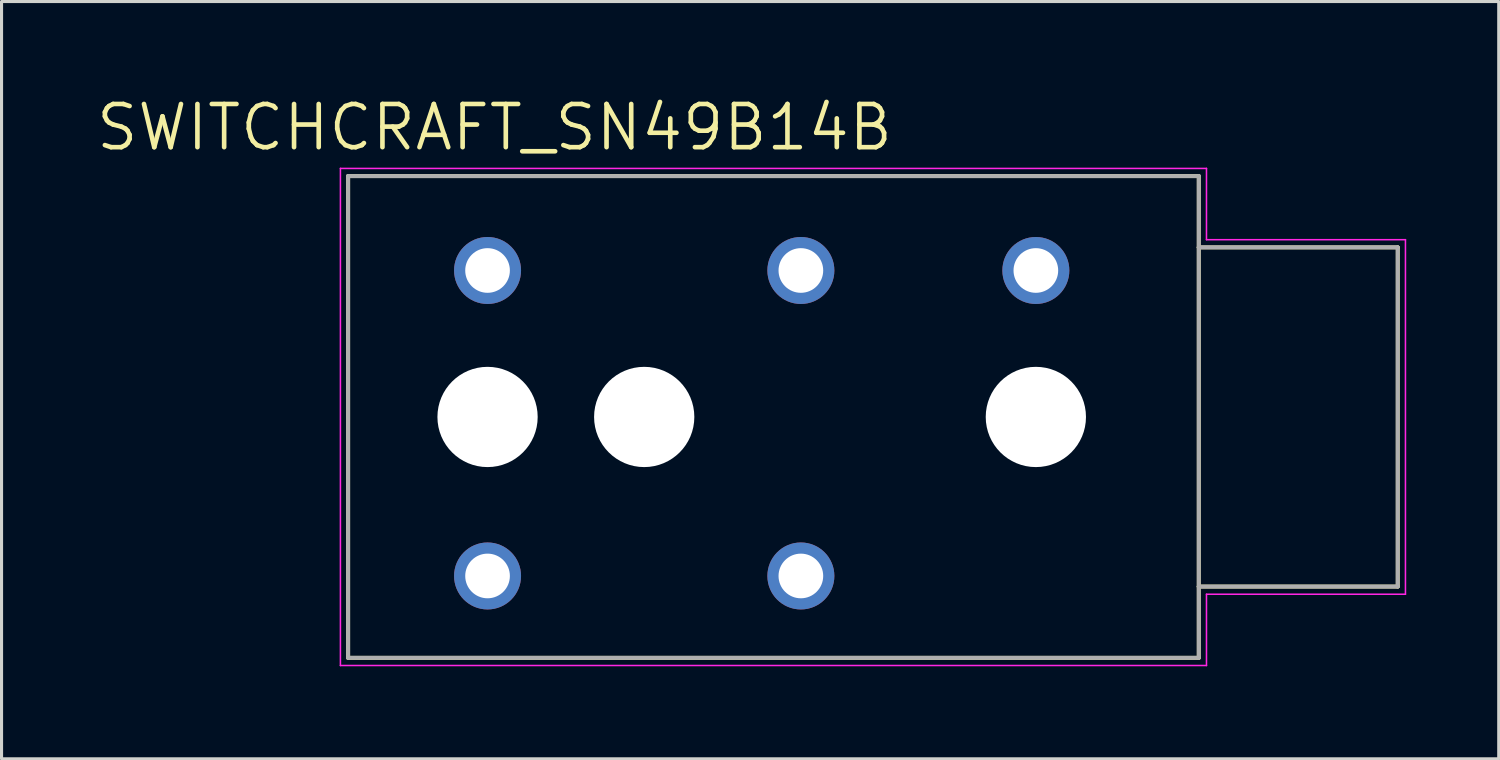
<source format=kicad_pcb>
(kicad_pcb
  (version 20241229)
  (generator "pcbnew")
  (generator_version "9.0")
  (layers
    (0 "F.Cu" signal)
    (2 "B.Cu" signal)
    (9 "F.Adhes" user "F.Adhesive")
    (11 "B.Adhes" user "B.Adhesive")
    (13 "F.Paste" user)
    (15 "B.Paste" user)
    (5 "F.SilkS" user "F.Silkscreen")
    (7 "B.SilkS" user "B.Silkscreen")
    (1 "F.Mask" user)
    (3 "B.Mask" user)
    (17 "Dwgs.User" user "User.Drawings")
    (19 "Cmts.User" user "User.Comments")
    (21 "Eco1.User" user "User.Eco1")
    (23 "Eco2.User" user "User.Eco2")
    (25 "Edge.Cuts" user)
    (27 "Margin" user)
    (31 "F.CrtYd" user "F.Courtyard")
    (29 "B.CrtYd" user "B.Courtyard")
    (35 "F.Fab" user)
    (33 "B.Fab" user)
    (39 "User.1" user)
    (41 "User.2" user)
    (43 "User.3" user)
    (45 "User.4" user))
  (footprint "SWITCHCRAFT_SN49B14B"
    (layer "F.Cu")
    (at 25.257 10.471)
    (property "Reference" "SWITCHCRAFT_SN49B14B" (at -12.272 -9.389 0) (layer "F.SilkS") (effects (font (size 1.4 1.4) (thickness 0.15))))
    (attr through_hole)
    (fp_circle (center -12.497 0) (end -11.557 0) (stroke (width 1.88) (type solid)) (fill no) (layer "F.Mask"))
    (fp_circle (center -7.417 0) (end -6.477 0) (stroke (width 1.88) (type solid)) (fill no) (layer "F.Mask"))
    (fp_circle (center 5.283 0) (end 6.223 0) (stroke (width 1.88) (type solid)) (fill no) (layer "F.Mask"))
    (fp_circle (center -12.497 0) (end -11.557 0) (stroke (width 1.88) (type solid)) (fill no) (layer "B.Mask"))
    (fp_circle (center -7.417 0) (end -6.477 0) (stroke (width 1.88) (type solid)) (fill no) (layer "B.Mask"))
    (fp_circle (center 5.283 0) (end 6.223 0) (stroke (width 1.88) (type solid)) (fill no) (layer "B.Mask"))
    (fp_line (start -17.018 -7.811) (end 10.566 -7.811) (stroke (width 0.127) (type solid)) (layer "F.SilkS"))
    (fp_line (start -17.018 7.811) (end -17.018 -7.811) (stroke (width 0.127) (type solid)) (layer "F.SilkS"))
    (fp_line (start 10.566 -7.811) (end 10.566 -5.499) (stroke (width 0.127) (type solid)) (layer "F.SilkS"))
    (fp_line (start 10.566 -5.499) (end 10.566 5.499) (stroke (width 0.127) (type solid)) (layer "F.SilkS"))
    (fp_line (start 10.566 -5.499) (end 17.018 -5.499) (stroke (width 0.127) (type solid)) (layer "F.SilkS"))
    (fp_line (start 10.566 5.499) (end 10.566 7.811) (stroke (width 0.127) (type solid)) (layer "F.SilkS"))
    (fp_line (start 10.566 7.811) (end -17.018 7.811) (stroke (width 0.127) (type solid)) (layer "F.SilkS"))
    (fp_line (start 17.018 -5.499) (end 17.018 5.499) (stroke (width 0.127) (type solid)) (layer "F.SilkS"))
    (fp_line (start 17.018 5.499) (end 10.566 5.499) (stroke (width 0.127) (type solid)) (layer "F.SilkS"))
    (fp_line (start -17.268 -8.06) (end -17.268 8.06) (stroke (width 0.05) (type solid)) (layer "F.CrtYd"))
    (fp_line (start -17.268 8.06) (end 10.816 8.06) (stroke (width 0.05) (type solid)) (layer "F.CrtYd"))
    (fp_line (start 10.816 -8.06) (end -17.268 -8.06) (stroke (width 0.05) (type solid)) (layer "F.CrtYd"))
    (fp_line (start 10.816 -5.749) (end 10.816 -8.06) (stroke (width 0.05) (type solid)) (layer "F.CrtYd"))
    (fp_line (start 10.816 5.749) (end 17.268 5.749) (stroke (width 0.05) (type solid)) (layer "F.CrtYd"))
    (fp_line (start 10.816 8.06) (end 10.816 5.749) (stroke (width 0.05) (type solid)) (layer "F.CrtYd"))
    (fp_line (start 17.268 -5.749) (end 10.816 -5.749) (stroke (width 0.05) (type solid)) (layer "F.CrtYd"))
    (fp_line (start 17.268 5.749) (end 17.268 -5.749) (stroke (width 0.05) (type solid)) (layer "F.CrtYd"))
    (fp_line (start -17.018 -7.811) (end 10.566 -7.811) (stroke (width 0.127) (type solid)) (layer "F.Fab"))
    (fp_line (start -17.018 7.811) (end -17.018 -7.811) (stroke (width 0.127) (type solid)) (layer "F.Fab"))
    (fp_line (start 10.566 -7.811) (end 10.566 -5.499) (stroke (width 0.127) (type solid)) (layer "F.Fab"))
    (fp_line (start 10.566 -5.499) (end 10.566 5.499) (stroke (width 0.127) (type solid)) (layer "F.Fab"))
    (fp_line (start 10.566 -5.499) (end 17.018 -5.499) (stroke (width 0.127) (type solid)) (layer "F.Fab"))
    (fp_line (start 10.566 5.499) (end 10.566 7.811) (stroke (width 0.127) (type solid)) (layer "F.Fab"))
    (fp_line (start 10.566 7.811) (end -17.018 7.811) (stroke (width 0.127) (type solid)) (layer "F.Fab"))
    (fp_line (start 17.018 -5.499) (end 17.018 5.499) (stroke (width 0.127) (type solid)) (layer "F.Fab"))
    (fp_line (start 17.018 5.499) (end 10.566 5.499) (stroke (width 0.127) (type solid)) (layer "F.Fab"))
    (pad "" np_thru_hole circle (at -12.497 0) (size 3.251 3.251) (drill 3.251) (layers "*.Cu" "*.Mask"))
    (pad "" np_thru_hole circle (at -7.417 0) (size 3.251 3.251) (drill 3.251) (layers "*.Cu" "*.Mask"))
    (pad "" np_thru_hole circle (at 5.283 0) (size 3.251 3.251) (drill 3.251) (layers "*.Cu" "*.Mask"))
    (pad "R" thru_hole circle (at -2.337 -4.75) (size 2.172 2.172) (drill 1.448) (layers "*.Cu" "*.Mask"))
    (pad "RB" thru_hole circle (at -2.337 5.156) (size 2.172 2.172) (drill 1.448) (layers "*.Cu" "*.Mask"))
    (pad "S" thru_hole circle (at 5.283 -4.75) (size 2.172 2.172) (drill 1.448) (layers "*.Cu" "*.Mask"))
    (pad "T" thru_hole circle (at -12.497 -4.75) (size 2.172 2.172) (drill 1.448) (layers "*.Cu" "*.Mask"))
    (pad "TB" thru_hole circle (at -12.497 5.156) (size 2.172 2.172) (drill 1.448) (layers "*.Cu" "*.Mask")))
  (gr_rect
    (start -3 -3)
    (end 45.55 21.557)
    (stroke (width 0.1) (type default))
    (fill no)
    (layer "Edge.Cuts")))
</source>
